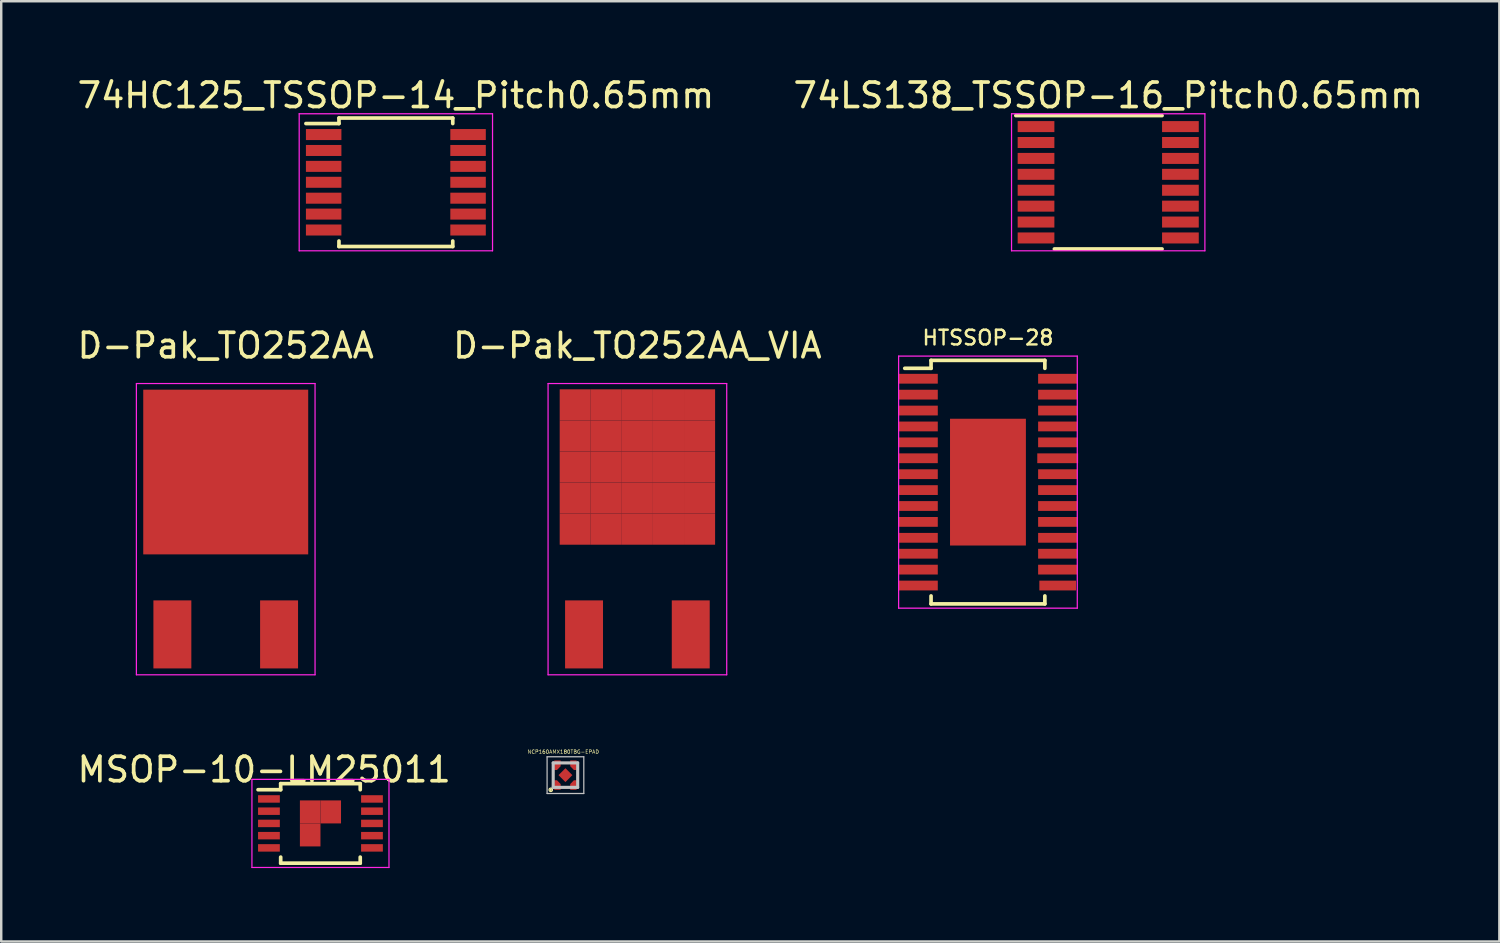
<source format=kicad_pcb>
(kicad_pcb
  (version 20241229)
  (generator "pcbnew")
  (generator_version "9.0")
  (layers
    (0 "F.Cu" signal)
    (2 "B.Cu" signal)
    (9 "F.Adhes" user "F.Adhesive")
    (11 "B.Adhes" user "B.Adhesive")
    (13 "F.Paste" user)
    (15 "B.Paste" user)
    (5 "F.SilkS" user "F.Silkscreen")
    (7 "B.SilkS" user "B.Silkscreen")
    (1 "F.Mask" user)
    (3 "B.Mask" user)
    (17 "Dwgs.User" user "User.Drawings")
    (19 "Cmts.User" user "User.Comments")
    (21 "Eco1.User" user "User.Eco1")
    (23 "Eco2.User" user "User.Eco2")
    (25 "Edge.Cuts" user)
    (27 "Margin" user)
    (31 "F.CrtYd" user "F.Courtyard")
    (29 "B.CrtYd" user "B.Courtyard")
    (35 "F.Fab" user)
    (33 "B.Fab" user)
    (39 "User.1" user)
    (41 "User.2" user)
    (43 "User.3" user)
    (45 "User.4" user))
  (footprint "74LS138_TSSOP-16_Pitch0.65mm"
    (layer "F.Cu")
    (at 42.232 4.398)
    (property "Reference" "74LS138_TSSOP-16_Pitch0.65mm" (at 0 -3.55 0) (layer "F.SilkS") (effects (font (size 1 1) (thickness 0.15))))
    (attr smd)
    (fp_line (start -3.775 -2.725) (end 2.2 -2.725) (stroke (width 0.15) (type solid)) (layer "F.SilkS"))
    (fp_line (start -2.2 2.725) (end 2.2 2.725) (stroke (width 0.15) (type solid)) (layer "F.SilkS"))
    (fp_line (start -3.95 -2.8) (end -3.95 2.8) (stroke (width 0.05) (type solid)) (layer "F.CrtYd"))
    (fp_line (start -3.95 -2.8) (end 3.95 -2.8) (stroke (width 0.05) (type solid)) (layer "F.CrtYd"))
    (fp_line (start -3.95 2.8) (end 3.95 2.8) (stroke (width 0.05) (type solid)) (layer "F.CrtYd"))
    (fp_line (start 3.95 -2.8) (end 3.95 2.8) (stroke (width 0.05) (type solid)) (layer "F.CrtYd"))
    (pad "1" smd rect (at -2.95 -2.275) (size 1.5 0.45) (layers "F.Cu" "F.Mask" "F.Paste"))
    (pad "2" smd rect (at -2.95 -1.625) (size 1.5 0.45) (layers "F.Cu" "F.Mask" "F.Paste"))
    (pad "3" smd rect (at -2.95 -0.975) (size 1.5 0.45) (layers "F.Cu" "F.Mask" "F.Paste"))
    (pad "4" smd rect (at -2.95 -0.325) (size 1.5 0.45) (layers "F.Cu" "F.Mask" "F.Paste"))
    (pad "5" smd rect (at -2.95 0.325) (size 1.5 0.45) (layers "F.Cu" "F.Mask" "F.Paste"))
    (pad "6" smd rect (at -2.95 0.975) (size 1.5 0.45) (layers "F.Cu" "F.Mask" "F.Paste"))
    (pad "7" smd rect (at -2.95 1.625) (size 1.5 0.45) (layers "F.Cu" "F.Mask" "F.Paste"))
    (pad "8" smd rect (at -2.95 2.275) (size 1.5 0.45) (layers "F.Cu" "F.Mask" "F.Paste"))
    (pad "9" smd rect (at 2.95 2.275) (size 1.5 0.45) (layers "F.Cu" "F.Mask" "F.Paste"))
    (pad "10" smd rect (at 2.95 1.625) (size 1.5 0.45) (layers "F.Cu" "F.Mask" "F.Paste"))
    (pad "11" smd rect (at 2.95 0.975) (size 1.5 0.45) (layers "F.Cu" "F.Mask" "F.Paste"))
    (pad "12" smd rect (at 2.95 0.325) (size 1.5 0.45) (layers "F.Cu" "F.Mask" "F.Paste"))
    (pad "13" smd rect (at 2.95 -0.325) (size 1.5 0.45) (layers "F.Cu" "F.Mask" "F.Paste"))
    (pad "14" smd rect (at 2.95 -0.975) (size 1.5 0.45) (layers "F.Cu" "F.Mask" "F.Paste"))
    (pad "15" smd rect (at 2.95 -1.625) (size 1.5 0.45) (layers "F.Cu" "F.Mask" "F.Paste"))
    (pad "16" smd rect (at 2.95 -2.275) (size 1.5 0.45) (layers "F.Cu" "F.Mask" "F.Paste")))
  (footprint "NCP160AMX180TBG-EPAD"
    (layer "F.Cu")
    (at 20.054 28.622)
    (property "Reference" "NCP160AMX180TBG-EPAD" (at -0.09 -0.953 0) (layer "F.SilkS") (effects (font (size 0.15 0.15) (thickness 0.02))))
    (attr smd)
    (fp_poly (pts (xy -0.195 -0.6) (xy -0.455 -0.6) (xy -0.455 -0.21) (xy -0.345 -0.21) (xy -0.195 -0.365)) (stroke (width 0.001) (type solid)) (fill yes) (layer "F.Cu"))
    (fp_poly (pts (xy -0.195 0.6) (xy -0.455 0.6) (xy -0.455 0.21) (xy -0.345 0.21) (xy -0.195 0.365)) (stroke (width 0.001) (type solid)) (fill yes) (layer "F.Cu"))
    (fp_poly (pts (xy 0.195 -0.6) (xy 0.455 -0.6) (xy 0.455 -0.21) (xy 0.345 -0.21) (xy 0.195 -0.365)) (stroke (width 0.001) (type solid)) (fill yes) (layer "F.Cu"))
    (fp_poly (pts (xy 0.195 0.6) (xy 0.455 0.6) (xy 0.455 0.21) (xy 0.345 0.21) (xy 0.195 0.365)) (stroke (width 0.001) (type solid)) (fill yes) (layer "F.Cu"))
    (fp_poly (pts (xy -0.425 0.00037) (xy -0.00037 -0.424) (xy 0.424 0.00037) (xy -0.00037 0.425)) (stroke (width 0.001) (type solid)) (fill yes) (layer "F.Mask"))
    (fp_poly (pts (xy -0.525 -0.15) (xy -0.525 -0.65) (xy -0.125 -0.65) (xy -0.125 -0.388) (xy -0.35 -0.15)) (stroke (width 0.001) (type solid)) (fill yes) (layer "F.Mask"))
    (fp_poly (pts (xy -0.525 0.15) (xy -0.525 0.65) (xy -0.125 0.65) (xy -0.125 0.388) (xy -0.35 0.15)) (stroke (width 0.001) (type solid)) (fill yes) (layer "F.Mask"))
    (fp_poly (pts (xy 0.525 -0.15) (xy 0.525 -0.65) (xy 0.125 -0.65) (xy 0.125 -0.388) (xy 0.35 -0.15)) (stroke (width 0.001) (type solid)) (fill yes) (layer "F.Mask"))
    (fp_poly (pts (xy 0.525 0.15) (xy 0.525 0.65) (xy 0.125 0.65) (xy 0.125 0.388) (xy 0.35 0.15)) (stroke (width 0.001) (type solid)) (fill yes) (layer "F.Mask"))
    (fp_circle (center -0.6 0.6) (end -0.575 0.6) (stroke (width 0.05) (type solid)) (fill no) (layer "F.SilkS"))
    (fp_circle (center -0.6 0.6) (end -0.53 0.59) (stroke (width 0.05) (type solid)) (fill no) (layer "F.SilkS"))
    (fp_poly (pts (xy -0.195 -0.6) (xy -0.455 -0.6) (xy -0.455 -0.21) (xy -0.345 -0.21) (xy -0.195 -0.365)) (stroke (width 0.001) (type solid)) (fill yes) (layer "F.Paste"))
    (fp_poly (pts (xy -0.195 0.6) (xy -0.455 0.6) (xy -0.455 0.21) (xy -0.345 0.21) (xy -0.195 0.365)) (stroke (width 0.001) (type solid)) (fill yes) (layer "F.Paste"))
    (fp_poly (pts (xy 0.195 -0.6) (xy 0.455 -0.6) (xy 0.455 -0.21) (xy 0.345 -0.21) (xy 0.195 -0.365)) (stroke (width 0.001) (type solid)) (fill yes) (layer "F.Paste"))
    (fp_poly (pts (xy 0.195 0.6) (xy 0.455 0.6) (xy 0.455 0.21) (xy 0.345 0.21) (xy 0.195 0.365)) (stroke (width 0.001) (type solid)) (fill yes) (layer "F.Paste"))
    (fp_line (start -0.75 -0.75) (end 0.75 -0.75) (stroke (width 0.05) (type solid)) (layer "Dwgs.User"))
    (fp_line (start -0.75 0.75) (end -0.75 -0.75) (stroke (width 0.05) (type solid)) (layer "Dwgs.User"))
    (fp_line (start -0.5 -0.5) (end 0.5 -0.5) (stroke (width 0.127) (type solid)) (layer "Dwgs.User"))
    (fp_line (start -0.5 0.5) (end -0.5 -0.5) (stroke (width 0.127) (type solid)) (layer "Dwgs.User"))
    (fp_line (start 0.5 -0.5) (end 0.5 0.5) (stroke (width 0.127) (type solid)) (layer "Dwgs.User"))
    (fp_line (start 0.5 0.5) (end -0.5 0.5) (stroke (width 0.127) (type solid)) (layer "Dwgs.User"))
    (fp_line (start 0.75 -0.75) (end 0.75 0.75) (stroke (width 0.05) (type solid)) (layer "Dwgs.User"))
    (fp_line (start 0.75 0.75) (end -0.75 0.75) (stroke (width 0.05) (type solid)) (layer "Dwgs.User"))
    (pad "1" smd rect (at -0.325 0.4) (size 0.1 0.1) (layers "F.Cu" "F.Mask" "F.Paste"))
    (pad "2" smd rect (at 0.325 0.4) (size 0.1 0.1) (layers "F.Cu" "F.Mask" "F.Paste"))
    (pad "3" smd rect (at 0.325 -0.4) (size 0.1 0.1) (layers "F.Cu" "F.Mask" "F.Paste"))
    (pad "4" smd rect (at -0.325 -0.4) (size 0.1 0.1) (layers "F.Cu" "F.Mask" "F.Paste"))
    (pad "5" smd rect (at 0 0 45) (size 0.4 0.4) (layers "F.Cu" "F.Mask" "F.Paste")))
  (footprint "74HC125_TSSOP-14_Pitch0.65mm"
    (layer "F.Cu")
    (at 13.125 4.398)
    (property "Reference" "74HC125_TSSOP-14_Pitch0.65mm" (at 0 -3.55 0) (layer "F.SilkS") (effects (font (size 1 1) (thickness 0.15))))
    (attr smd)
    (fp_line (start -2.325 -2.625) (end -2.325 -2.4) (stroke (width 0.15) (type solid)) (layer "F.SilkS"))
    (fp_line (start -2.325 -2.625) (end 2.325 -2.625) (stroke (width 0.15) (type solid)) (layer "F.SilkS"))
    (fp_line (start -2.325 -2.4) (end -3.675 -2.4) (stroke (width 0.15) (type solid)) (layer "F.SilkS"))
    (fp_line (start -2.325 2.625) (end -2.325 2.4) (stroke (width 0.15) (type solid)) (layer "F.SilkS"))
    (fp_line (start -2.325 2.625) (end 2.325 2.625) (stroke (width 0.15) (type solid)) (layer "F.SilkS"))
    (fp_line (start 2.325 -2.625) (end 2.325 -2.4) (stroke (width 0.15) (type solid)) (layer "F.SilkS"))
    (fp_line (start 2.325 2.625) (end 2.325 2.4) (stroke (width 0.15) (type solid)) (layer "F.SilkS"))
    (fp_line (start -3.95 -2.8) (end -3.95 2.8) (stroke (width 0.05) (type solid)) (layer "F.CrtYd"))
    (fp_line (start -3.95 -2.8) (end 3.95 -2.8) (stroke (width 0.05) (type solid)) (layer "F.CrtYd"))
    (fp_line (start -3.95 2.8) (end 3.95 2.8) (stroke (width 0.05) (type solid)) (layer "F.CrtYd"))
    (fp_line (start 3.95 -2.8) (end 3.95 2.8) (stroke (width 0.05) (type solid)) (layer "F.CrtYd"))
    (pad "1" smd rect (at -2.95 -1.95) (size 1.45 0.45) (layers "F.Cu" "F.Mask" "F.Paste"))
    (pad "2" smd rect (at -2.95 -1.3) (size 1.45 0.45) (layers "F.Cu" "F.Mask" "F.Paste"))
    (pad "3" smd rect (at -2.95 -0.65) (size 1.45 0.45) (layers "F.Cu" "F.Mask" "F.Paste"))
    (pad "4" smd rect (at -2.95 0) (size 1.45 0.45) (layers "F.Cu" "F.Mask" "F.Paste"))
    (pad "5" smd rect (at -2.95 0.65) (size 1.45 0.45) (layers "F.Cu" "F.Mask" "F.Paste"))
    (pad "6" smd rect (at -2.95 1.3) (size 1.45 0.45) (layers "F.Cu" "F.Mask" "F.Paste"))
    (pad "7" smd rect (at -2.95 1.95) (size 1.45 0.45) (layers "F.Cu" "F.Mask" "F.Paste"))
    (pad "8" smd rect (at 2.95 1.95) (size 1.45 0.45) (layers "F.Cu" "F.Mask" "F.Paste"))
    (pad "9" smd rect (at 2.95 1.3) (size 1.45 0.45) (layers "F.Cu" "F.Mask" "F.Paste"))
    (pad "10" smd rect (at 2.95 0.65) (size 1.45 0.45) (layers "F.Cu" "F.Mask" "F.Paste"))
    (pad "11" smd rect (at 2.95 0) (size 1.45 0.45) (layers "F.Cu" "F.Mask" "F.Paste"))
    (pad "12" smd rect (at 2.95 -0.65) (size 1.45 0.45) (layers "F.Cu" "F.Mask" "F.Paste"))
    (pad "13" smd rect (at 2.95 -1.3) (size 1.45 0.45) (layers "F.Cu" "F.Mask" "F.Paste"))
    (pad "14" smd rect (at 2.95 -1.95) (size 1.45 0.45) (layers "F.Cu" "F.Mask" "F.Paste")))
  (footprint "MSOP-10-LM25011"
    (layer "F.Cu")
    (at 10.044 30.595)
    (property "Reference" "MSOP-10-LM25011" (at -2.3 -2.2 0) (layer "F.SilkS") (effects (font (size 1 1) (thickness 0.15))))
    (attr smd)
    (fp_line (start -1.625 -1.625) (end -1.625 -1.377) (stroke (width 0.15) (type solid)) (layer "F.SilkS"))
    (fp_line (start -1.625 -1.625) (end 1.625 -1.625) (stroke (width 0.15) (type solid)) (layer "F.SilkS"))
    (fp_line (start -1.625 -1.377) (end -2.55 -1.377) (stroke (width 0.15) (type solid)) (layer "F.SilkS"))
    (fp_line (start -1.625 1.625) (end -1.625 1.377) (stroke (width 0.15) (type solid)) (layer "F.SilkS"))
    (fp_line (start -1.625 1.625) (end 1.625 1.625) (stroke (width 0.15) (type solid)) (layer "F.SilkS"))
    (fp_line (start 1.625 -1.625) (end 1.625 -1.377) (stroke (width 0.15) (type solid)) (layer "F.SilkS"))
    (fp_line (start 1.625 1.625) (end 1.625 1.377) (stroke (width 0.15) (type solid)) (layer "F.SilkS"))
    (fp_line (start -2.8 -1.8) (end -2.8 1.8) (stroke (width 0.05) (type solid)) (layer "F.CrtYd"))
    (fp_line (start -2.8 -1.8) (end 2.8 -1.8) (stroke (width 0.05) (type solid)) (layer "F.CrtYd"))
    (fp_line (start -2.8 1.8) (end 2.8 1.8) (stroke (width 0.05) (type solid)) (layer "F.CrtYd"))
    (fp_line (start 2.8 -1.8) (end 2.8 1.8) (stroke (width 0.05) (type solid)) (layer "F.CrtYd"))
    (pad "1" smd rect (at -2.105 -1) (size 0.89 0.305) (layers "F.Cu" "F.Mask" "F.Paste"))
    (pad "2" smd rect (at -2.105 -0.5) (size 0.89 0.305) (layers "F.Cu" "F.Mask" "F.Paste"))
    (pad "3" smd rect (at -2.105 0) (size 0.89 0.305) (layers "F.Cu" "F.Mask" "F.Paste"))
    (pad "4" smd rect (at -2.105 0.5) (size 0.89 0.305) (layers "F.Cu" "F.Mask" "F.Paste"))
    (pad "5" smd rect (at -2.105 1) (size 0.89 0.305) (layers "F.Cu" "F.Mask" "F.Paste"))
    (pad "6" smd rect (at 2.105 1) (size 0.89 0.305) (layers "F.Cu" "F.Mask" "F.Paste"))
    (pad "7" smd rect (at 2.105 0.5) (size 0.89 0.305) (layers "F.Cu" "F.Mask" "F.Paste"))
    (pad "8" smd rect (at 2.105 0) (size 0.89 0.305) (layers "F.Cu" "F.Mask" "F.Paste"))
    (pad "9" smd rect (at 2.105 -0.5) (size 0.89 0.305) (layers "F.Cu" "F.Mask" "F.Paste"))
    (pad "10" smd rect (at 2.105 -1) (size 0.89 0.305) (layers "F.Cu" "F.Mask" "F.Paste"))
    (pad "11" smd rect (at -0.42 -0.47) (size 0.84 0.94) (layers "F.Cu" "F.Mask" "F.Paste"))
    (pad "11" smd rect (at -0.42 0.47) (size 0.84 0.94) (layers "F.Cu" "F.Mask" "F.Paste"))
    (pad "11" smd rect (at 0.42 -0.47) (size 0.84 0.94) (layers "F.Cu" "F.Mask" "F.Paste")))
  (footprint "D-Pak_TO252AA"
    (layer "F.Cu")
    (at 6.173 18.572)
    (property "Reference" "D-Pak_TO252AA" (at 0 -7.5 0) (layer "F.SilkS") (effects (font (size 1 1) (thickness 0.15))))
    (attr smd)
    (fp_line (start -3.65 -5.95) (end 3.65 -5.95) (stroke (width 0.05) (type solid)) (layer "F.CrtYd"))
    (fp_line (start -3.65 5.95) (end -3.65 -5.95) (stroke (width 0.05) (type solid)) (layer "F.CrtYd"))
    (fp_line (start 3.65 -5.95) (end 3.65 5.95) (stroke (width 0.05) (type solid)) (layer "F.CrtYd"))
    (fp_line (start 3.65 5.95) (end -3.65 5.95) (stroke (width 0.05) (type solid)) (layer "F.CrtYd"))
    (pad "1" smd rect (at -2.18 4.3) (size 1.55 2.78) (layers "F.Cu" "F.Mask" "F.Paste"))
    (pad "3" smd rect (at 2.18 4.3) (size 1.55 2.78) (layers "F.Cu" "F.Mask" "F.Paste"))
    (pad "4" smd rect (at 0 -2.335) (size 6.74 6.73) (layers "F.Cu" "F.Mask" "F.Paste")))
  (footprint "HTSSOP-28"
    (layer "F.Cu")
    (at 37.318 16.65)
    (property "Reference" "HTSSOP-28" (at 0 -5.9 0) (layer "F.SilkS") (effects (font (size 0.6 0.6) (thickness 0.1))))
    (attr smd)
    (fp_line (start -2.325 -4.975) (end -2.325 -4.65) (stroke (width 0.15) (type solid)) (layer "F.SilkS"))
    (fp_line (start -2.325 -4.975) (end 2.325 -4.975) (stroke (width 0.15) (type solid)) (layer "F.SilkS"))
    (fp_line (start -2.325 -4.65) (end -3.4 -4.65) (stroke (width 0.15) (type solid)) (layer "F.SilkS"))
    (fp_line (start -2.325 4.975) (end -2.325 4.65) (stroke (width 0.15) (type solid)) (layer "F.SilkS"))
    (fp_line (start -2.325 4.975) (end 2.325 4.975) (stroke (width 0.15) (type solid)) (layer "F.SilkS"))
    (fp_line (start 2.325 -4.975) (end 2.325 -4.65) (stroke (width 0.15) (type solid)) (layer "F.SilkS"))
    (fp_line (start 2.325 4.975) (end 2.325 4.65) (stroke (width 0.15) (type solid)) (layer "F.SilkS"))
    (fp_line (start -3.65 -5.15) (end -3.65 5.15) (stroke (width 0.05) (type solid)) (layer "F.CrtYd"))
    (fp_line (start -3.65 -5.15) (end 3.65 -5.15) (stroke (width 0.05) (type solid)) (layer "F.CrtYd"))
    (fp_line (start -3.65 5.15) (end 3.65 5.15) (stroke (width 0.05) (type solid)) (layer "F.CrtYd"))
    (fp_line (start 3.65 -5.15) (end 3.65 5.15) (stroke (width 0.05) (type solid)) (layer "F.CrtYd"))
    (pad "1" smd rect (at -2.85 -4.225) (size 1.6 0.4) (layers "F.Cu" "F.Mask" "F.Paste"))
    (pad "2" smd rect (at -2.85 -3.575) (size 1.6 0.4) (layers "F.Cu" "F.Mask" "F.Paste"))
    (pad "3" smd rect (at -2.85 -2.925) (size 1.6 0.4) (layers "F.Cu" "F.Mask" "F.Paste"))
    (pad "4" smd rect (at -2.85 -2.275) (size 1.6 0.4) (layers "F.Cu" "F.Mask" "F.Paste"))
    (pad "5" smd rect (at -2.85 -1.625) (size 1.6 0.4) (layers "F.Cu" "F.Mask" "F.Paste"))
    (pad "6" smd rect (at -2.85 -0.975) (size 1.6 0.4) (layers "F.Cu" "F.Mask" "F.Paste"))
    (pad "7" smd rect (at -2.85 -0.325) (size 1.6 0.4) (layers "F.Cu" "F.Mask" "F.Paste"))
    (pad "8" smd rect (at -2.85 0.325) (size 1.6 0.4) (layers "F.Cu" "F.Mask" "F.Paste"))
    (pad "9" smd rect (at -2.85 0.975) (size 1.6 0.4) (layers "F.Cu" "F.Mask" "F.Paste"))
    (pad "10" smd rect (at -2.85 1.625) (size 1.6 0.4) (layers "F.Cu" "F.Mask" "F.Paste"))
    (pad "11" smd rect (at -2.85 2.275) (size 1.6 0.4) (layers "F.Cu" "F.Mask" "F.Paste"))
    (pad "12" smd rect (at -2.85 2.925) (size 1.6 0.4) (layers "F.Cu" "F.Mask" "F.Paste"))
    (pad "13" smd rect (at -2.85 3.575) (size 1.6 0.4) (layers "F.Cu" "F.Mask" "F.Paste"))
    (pad "14" smd rect (at -2.85 4.225) (size 1.6 0.4) (layers "F.Cu" "F.Mask" "F.Paste"))
    (pad "15" smd rect (at 2.85 4.225) (size 1.5 0.4) (layers "F.Cu" "F.Mask" "F.Paste"))
    (pad "16" smd rect (at 2.85 3.575) (size 1.6 0.4) (layers "F.Cu" "F.Mask" "F.Paste"))
    (pad "17" smd rect (at 2.85 2.925) (size 1.6 0.4) (layers "F.Cu" "F.Mask" "F.Paste"))
    (pad "18" smd rect (at 2.85 2.275) (size 1.6 0.4) (layers "F.Cu" "F.Mask" "F.Paste"))
    (pad "19" smd rect (at 2.85 1.625) (size 1.6 0.4) (layers "F.Cu" "F.Mask" "F.Paste"))
    (pad "20" smd rect (at 2.85 0.975) (size 1.6 0.4) (layers "F.Cu" "F.Mask" "F.Paste"))
    (pad "21" smd rect (at 2.85 0.325) (size 1.6 0.4) (layers "F.Cu" "F.Mask" "F.Paste"))
    (pad "22" smd rect (at 2.85 -0.325) (size 1.6 0.4) (layers "F.Cu" "F.Mask" "F.Paste"))
    (pad "23" smd rect (at 2.85 -0.975) (size 1.67 0.4) (layers "F.Cu" "F.Mask" "F.Paste"))
    (pad "24" smd rect (at 2.85 -1.625) (size 1.6 0.4) (layers "F.Cu" "F.Mask" "F.Paste"))
    (pad "25" smd rect (at 2.85 -2.275) (size 1.6 0.4) (layers "F.Cu" "F.Mask" "F.Paste"))
    (pad "26" smd rect (at 2.85 -2.925) (size 1.6 0.4) (layers "F.Cu" "F.Mask" "F.Paste"))
    (pad "27" smd rect (at 2.85 -3.575) (size 1.6 0.4) (layers "F.Cu" "F.Mask" "F.Paste"))
    (pad "28" smd rect (at 2.85 -4.225) (size 1.6 0.4) (layers "F.Cu" "F.Mask" "F.Paste"))
    (pad "29" smd rect (at 0 0) (size 3.1 5.18) (layers "F.Cu" "F.Mask" "F.Paste")))
  (footprint "D-Pak_TO252AA_VIA"
    (layer "F.Cu")
    (at 22.994 18.572)
    (property "Reference" "D-Pak_TO252AA_VIA" (at 0 -7.5 0) (layer "F.SilkS") (effects (font (size 1 1) (thickness 0.15))))
    (attr smd)
    (fp_line (start -3.65 -5.95) (end 3.65 -5.95) (stroke (width 0.05) (type solid)) (layer "F.CrtYd"))
    (fp_line (start -3.65 5.95) (end -3.65 -5.95) (stroke (width 0.05) (type solid)) (layer "F.CrtYd"))
    (fp_line (start 3.65 -5.95) (end 3.65 5.95) (stroke (width 0.05) (type solid)) (layer "F.CrtYd"))
    (fp_line (start 3.65 5.95) (end -3.65 5.95) (stroke (width 0.05) (type solid)) (layer "F.CrtYd"))
    (pad "1" smd rect (at -2.18 4.3) (size 1.55 2.78) (layers "F.Cu" "F.Mask" "F.Paste"))
    (pad "3" smd rect (at 2.18 4.3) (size 1.55 2.78) (layers "F.Cu" "F.Mask" "F.Paste"))
    (pad "4" smd rect (at -2.54 -5.08) (size 1.27 1.27) (layers "F.Cu" "F.Mask" "F.Paste"))
    (pad "4" smd rect (at -2.54 -3.81) (size 1.27 1.27) (layers "F.Cu" "F.Mask" "F.Paste"))
    (pad "4" smd rect (at -2.54 -2.54) (size 1.27 1.27) (layers "F.Cu" "F.Mask" "F.Paste"))
    (pad "4" smd rect (at -2.54 -1.27) (size 1.27 1.27) (layers "F.Cu" "F.Mask" "F.Paste"))
    (pad "4" smd rect (at -2.54 0) (size 1.27 1.27) (layers "F.Cu" "F.Mask" "F.Paste"))
    (pad "4" smd rect (at -1.27 -5.08) (size 1.27 1.27) (layers "F.Cu" "F.Mask" "F.Paste"))
    (pad "4" smd rect (at -1.27 -3.81) (size 1.27 1.27) (layers "F.Cu" "F.Mask" "F.Paste"))
    (pad "4" smd rect (at -1.27 -2.54) (size 1.27 1.27) (layers "F.Cu" "F.Mask" "F.Paste"))
    (pad "4" smd rect (at -1.27 -1.27) (size 1.27 1.27) (layers "F.Cu" "F.Mask" "F.Paste"))
    (pad "4" smd rect (at -1.27 0) (size 1.27 1.27) (layers "F.Cu" "F.Mask" "F.Paste"))
    (pad "4" smd rect (at 0 -5.08) (size 1.27 1.27) (layers "F.Cu" "F.Mask" "F.Paste"))
    (pad "4" smd rect (at 0 -3.81) (size 1.27 1.27) (layers "F.Cu" "F.Mask" "F.Paste"))
    (pad "4" smd rect (at 0 -2.54) (size 1.27 1.27) (layers "F.Cu" "F.Mask" "F.Paste"))
    (pad "4" smd rect (at 0 -1.27) (size 1.27 1.27) (layers "F.Cu" "F.Mask" "F.Paste"))
    (pad "4" smd rect (at 0 0) (size 1.27 1.27) (layers "F.Cu" "F.Mask" "F.Paste"))
    (pad "4" smd rect (at 1.27 -5.08) (size 1.27 1.27) (layers "F.Cu" "F.Mask" "F.Paste"))
    (pad "4" smd rect (at 1.27 -3.81) (size 1.27 1.27) (layers "F.Cu" "F.Mask" "F.Paste"))
    (pad "4" smd rect (at 1.27 -2.54) (size 1.27 1.27) (layers "F.Cu" "F.Mask" "F.Paste"))
    (pad "4" smd rect (at 1.27 -1.27) (size 1.27 1.27) (layers "F.Cu" "F.Mask" "F.Paste"))
    (pad "4" smd rect (at 1.27 0) (size 1.27 1.27) (layers "F.Cu" "F.Mask" "F.Paste"))
    (pad "4" smd rect (at 2.54 -5.08) (size 1.27 1.27) (layers "F.Cu" "F.Mask" "F.Paste"))
    (pad "4" smd rect (at 2.54 -3.81) (size 1.27 1.27) (layers "F.Cu" "F.Mask" "F.Paste"))
    (pad "4" smd rect (at 2.54 -2.54) (size 1.27 1.27) (layers "F.Cu" "F.Mask" "F.Paste"))
    (pad "4" smd rect (at 2.54 -1.27) (size 1.27 1.27) (layers "F.Cu" "F.Mask" "F.Paste"))
    (pad "4" smd rect (at 2.54 0) (size 1.27 1.27) (layers "F.Cu" "F.Mask" "F.Paste")))
  (gr_rect
    (start -3 -3)
    (end 58.214 35.42)
    (stroke (width 0.1) (type default))
    (fill no)
    (layer "Edge.Cuts")))
</source>
